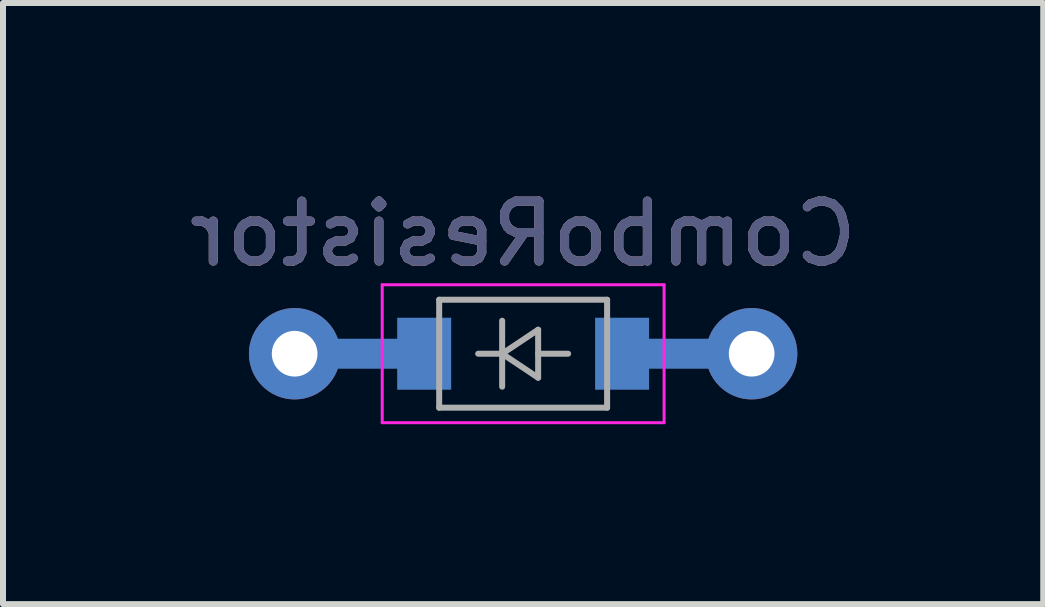
<source format=kicad_pcb>
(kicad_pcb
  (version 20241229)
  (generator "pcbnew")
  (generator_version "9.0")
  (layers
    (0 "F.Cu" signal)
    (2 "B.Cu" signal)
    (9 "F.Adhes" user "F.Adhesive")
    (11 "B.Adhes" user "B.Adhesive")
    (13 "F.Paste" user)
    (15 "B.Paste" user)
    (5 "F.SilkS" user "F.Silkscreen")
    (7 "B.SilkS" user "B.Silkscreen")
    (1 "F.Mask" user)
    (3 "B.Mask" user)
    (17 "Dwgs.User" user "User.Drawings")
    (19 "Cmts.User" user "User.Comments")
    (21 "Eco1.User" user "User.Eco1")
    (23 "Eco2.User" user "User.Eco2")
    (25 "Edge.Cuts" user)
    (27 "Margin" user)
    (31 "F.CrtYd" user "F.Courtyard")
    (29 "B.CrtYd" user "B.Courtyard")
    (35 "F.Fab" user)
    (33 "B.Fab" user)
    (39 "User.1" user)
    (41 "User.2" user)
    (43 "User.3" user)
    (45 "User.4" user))
  (footprint "ComboResistor"
    (layer "F.Cu")
    (at 5.673 2.848)
    (property "Reference" "ComboResistor" (at 0 -2 0) (layer "B.SilkS") (effects (font (size 1 1) (thickness 0.15)) (justify mirror)))
    (attr smd)
    (fp_line (start -2.35 -1.15) (end -2.35 1.15) (stroke (width 0.05) (type solid)) (layer "F.CrtYd"))
    (fp_line (start -2.35 -1.15) (end 2.35 -1.15) (stroke (width 0.05) (type solid)) (layer "F.CrtYd"))
    (fp_line (start 2.35 -1.15) (end 2.35 1.15) (stroke (width 0.05) (type solid)) (layer "F.CrtYd"))
    (fp_line (start 2.35 1.15) (end -2.35 1.15) (stroke (width 0.05) (type solid)) (layer "F.CrtYd"))
    (fp_line (start -1.4 -0.9) (end 1.4 -0.9) (stroke (width 0.1) (type solid)) (layer "F.Fab"))
    (fp_line (start -1.4 0.9) (end -1.4 -0.9) (stroke (width 0.1) (type solid)) (layer "F.Fab"))
    (fp_line (start -0.75 0) (end -0.35 0) (stroke (width 0.1) (type solid)) (layer "F.Fab"))
    (fp_line (start -0.35 0) (end -0.35 -0.55) (stroke (width 0.1) (type solid)) (layer "F.Fab"))
    (fp_line (start -0.35 0) (end -0.35 0.55) (stroke (width 0.1) (type solid)) (layer "F.Fab"))
    (fp_line (start -0.35 0) (end 0.25 -0.4) (stroke (width 0.1) (type solid)) (layer "F.Fab"))
    (fp_line (start 0.25 -0.4) (end 0.25 0.4) (stroke (width 0.1) (type solid)) (layer "F.Fab"))
    (fp_line (start 0.25 0) (end 0.75 0) (stroke (width 0.1) (type solid)) (layer "F.Fab"))
    (fp_line (start 0.25 0.4) (end -0.35 0) (stroke (width 0.1) (type solid)) (layer "F.Fab"))
    (fp_line (start 1.4 -0.9) (end 1.4 0.9) (stroke (width 0.1) (type solid)) (layer "F.Fab"))
    (fp_line (start 1.4 0.9) (end -1.4 0.9) (stroke (width 0.1) (type solid)) (layer "F.Fab"))
    (fp_text user "${REFERENCE}" (at 0 -2 0) (layer "B.Fab") (effects (font (size 1 1) (thickness 0.15)) (justify mirror)))
    (pad "" connect rect (at -2.54 0) (size 1.524 0.5) (layers "B.Cu"))
    (pad "" smd rect (at -1.65 0) (size 0.9 1.2) (layers "B.Cu" "B.Mask" "B.Paste"))
    (pad "" smd rect (at 1.65 0) (size 0.9 1.2) (layers "B.Cu" "B.Mask" "B.Paste"))
    (pad "" connect rect (at 2.54 0) (size 1.524 0.5) (layers "B.Cu"))
    (pad "1" thru_hole circle (at -3.81 0) (size 1.524 1.524) (drill 0.762) (layers "*.Cu" "*.Mask"))
    (pad "2" thru_hole circle (at 3.81 0) (size 1.524 1.524) (drill 0.762) (layers "*.Cu" "*.Mask")))
  (gr_rect
    (start -3 -3)
    (end 14.345 7.023)
    (stroke (width 0.1) (type default))
    (fill no)
    (layer "Edge.Cuts")))
</source>
